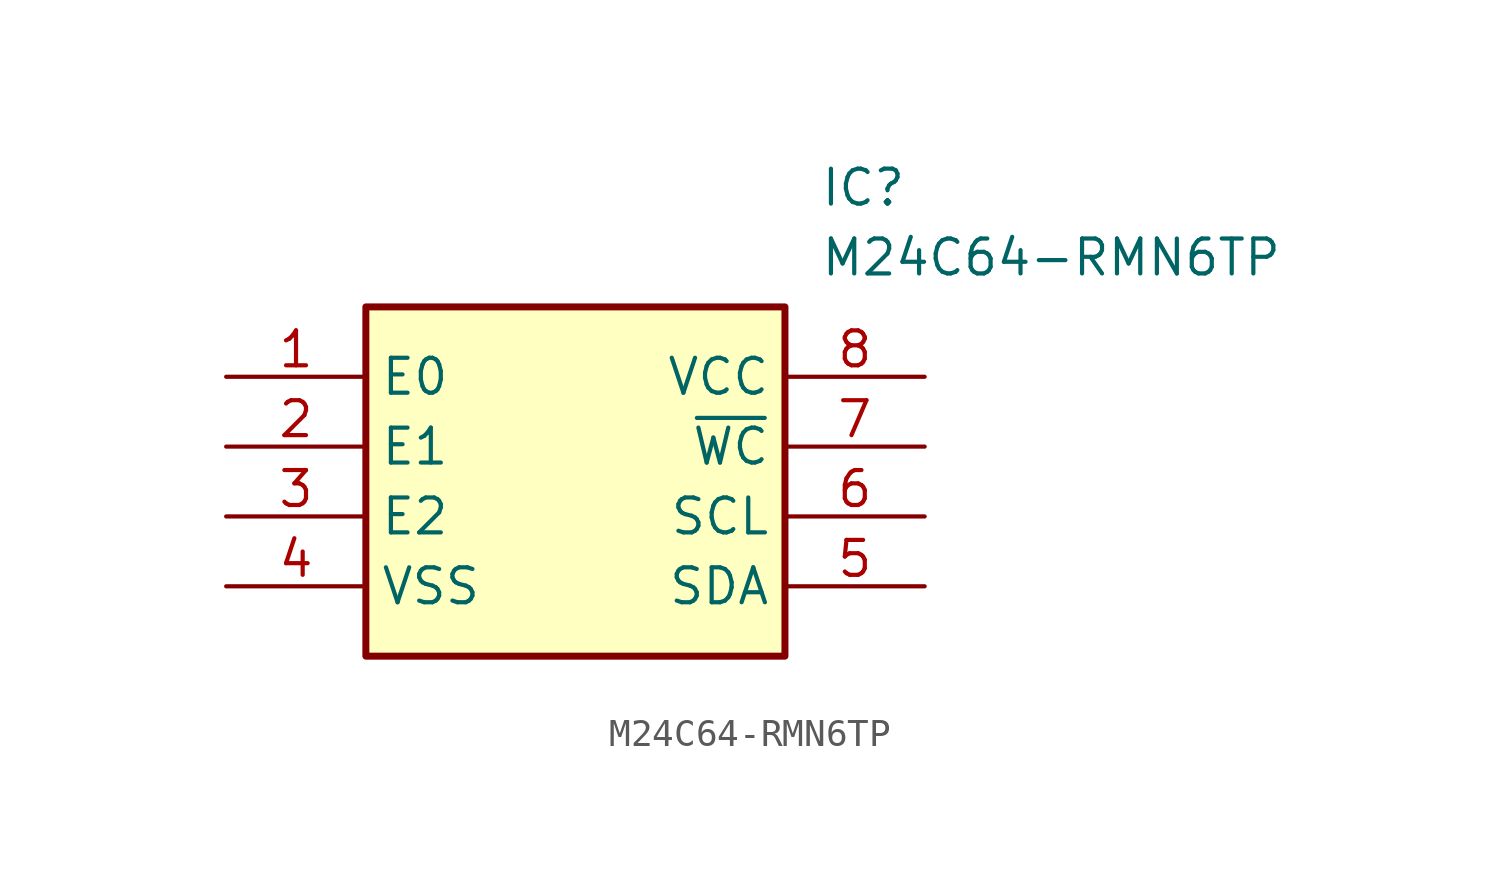
<source format=kicad_sym>
(kicad_symbol_lib
  (version 20231120)
  (generator "kicad_symbol_editor")
  (generator_version "8.0")
  (symbol "M24C64-RMN6TP"
    (property "Reference" "IC"
      (at 21.59 7.62 0)
      (effects (font (size 1.27 1.27)) (justify left top)))
    (property "Value" "M24C64-RMN6TP"
      (at 21.59 5.08 0)
      (effects (font (size 1.27 1.27)) (justify left top)))
    (symbol "M24C64-RMN6TP_1_1"
      (rectangle (start 5.08 2.54) (end 20.32 -10.16) (stroke (width 0.254) (type default)) (fill (type background)))
      (pin passive line (at 0 0 0) (length 5.08) (name "E0" (effects (font (size 1.27 1.27)))) (number "1" (effects (font (size 1.27 1.27)))))
      (pin passive line (at 0 -2.54 0) (length 5.08) (name "E1" (effects (font (size 1.27 1.27)))) (number "2" (effects (font (size 1.27 1.27)))))
      (pin passive line (at 0 -5.08 0) (length 5.08) (name "E2" (effects (font (size 1.27 1.27)))) (number "3" (effects (font (size 1.27 1.27)))))
      (pin passive line (at 0 -7.62 0) (length 5.08) (name "VSS" (effects (font (size 1.27 1.27)))) (number "4" (effects (font (size 1.27 1.27)))))
      (pin passive line (at 25.4 -7.62 180) (length 5.08) (name "SDA" (effects (font (size 1.27 1.27)))) (number "5" (effects (font (size 1.27 1.27)))))
      (pin passive line (at 25.4 -5.08 180) (length 5.08) (name "SCL" (effects (font (size 1.27 1.27)))) (number "6" (effects (font (size 1.27 1.27)))))
      (pin passive line (at 25.4 -2.54 180) (length 5.08) (name "~{WC}" (effects (font (size 1.27 1.27)))) (number "7" (effects (font (size 1.27 1.27)))))
      (pin passive line (at 25.4 0 180) (length 5.08) (name "VCC" (effects (font (size 1.27 1.27)))) (number "8" (effects (font (size 1.27 1.27))))))))
</source>
